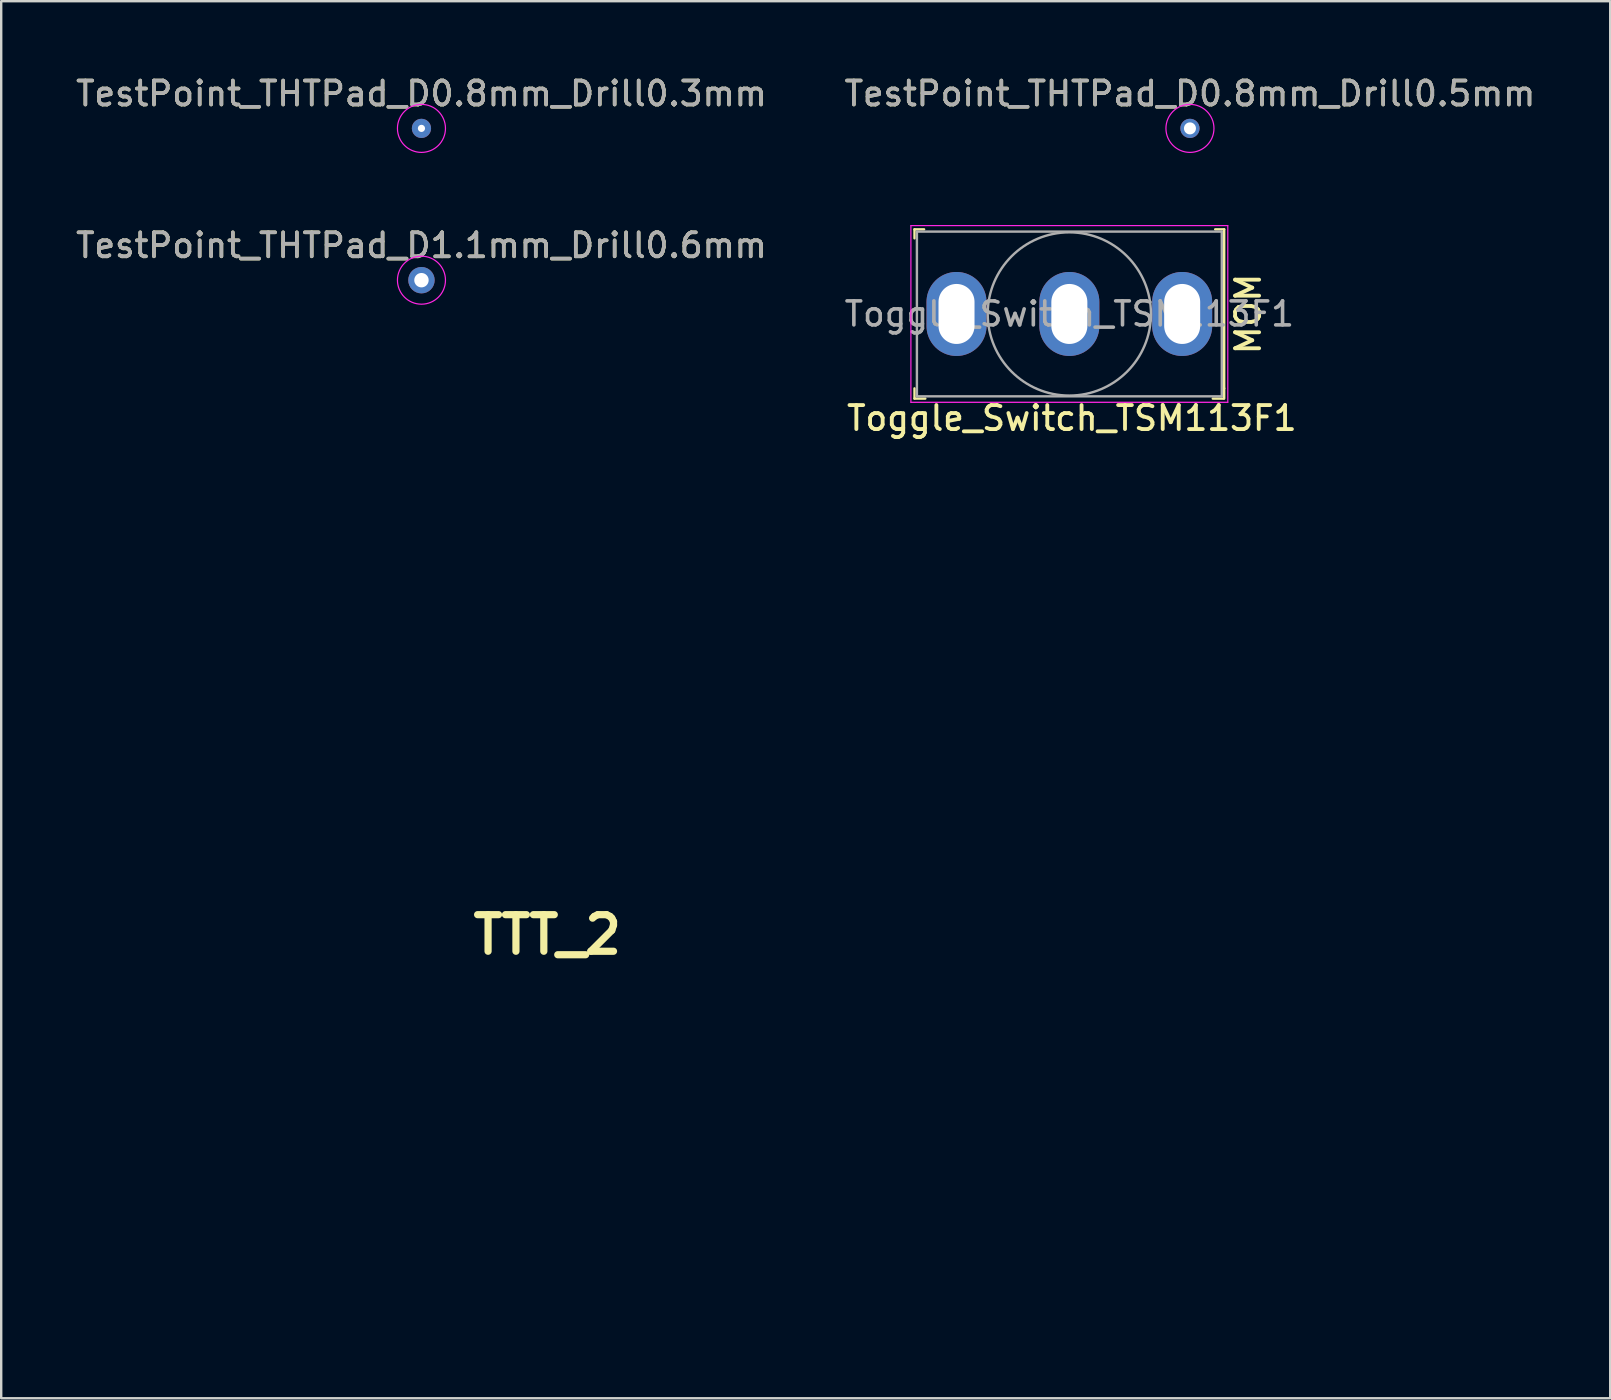
<source format=kicad_pcb>
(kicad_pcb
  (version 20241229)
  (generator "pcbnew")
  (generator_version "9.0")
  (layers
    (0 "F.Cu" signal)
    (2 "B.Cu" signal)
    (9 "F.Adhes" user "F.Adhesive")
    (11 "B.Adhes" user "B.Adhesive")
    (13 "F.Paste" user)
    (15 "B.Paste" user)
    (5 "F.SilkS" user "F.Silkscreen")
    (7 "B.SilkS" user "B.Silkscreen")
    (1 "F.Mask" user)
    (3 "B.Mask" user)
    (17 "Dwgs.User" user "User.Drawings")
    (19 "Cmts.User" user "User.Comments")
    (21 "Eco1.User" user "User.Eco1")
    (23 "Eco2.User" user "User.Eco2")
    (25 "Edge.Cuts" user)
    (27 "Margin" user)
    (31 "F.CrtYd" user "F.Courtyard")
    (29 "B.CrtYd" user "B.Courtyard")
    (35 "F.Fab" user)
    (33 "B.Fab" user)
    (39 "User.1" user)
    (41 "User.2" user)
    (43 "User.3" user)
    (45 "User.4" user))
  (footprint "TestPoint_THTPad_D0.8mm_Drill0.5mm"
    (layer "F.Cu")
    (at 46.518 2.298)
    (property "Reference" "TestPoint_THTPad_D0.8mm_Drill0.5mm" (at 0 -1.448 0) (layer "F.SilkS") (effects (font (size 1 1) (thickness 0.15))))
    (attr exclude_from_pos_files exclude_from_bom)
    (fp_circle (center 0 0) (end 1 0) (stroke (width 0.05) (type solid)) (fill no) (layer "F.CrtYd"))
    (fp_text user "${REFERENCE}" (at 0 -1.45 0) (layer "F.Fab") (effects (font (size 1 1) (thickness 0.15))))
    (pad "1" thru_hole circle (at 0 0) (size 0.8 0.8) (drill 0.5) (layers "*.Cu" "*.Mask")))
  (footprint "TestPoint_THTPad_D0.8mm_Drill0.3mm"
    (layer "F.Cu")
    (at 14.506 2.298)
    (property "Reference" "TestPoint_THTPad_D0.8mm_Drill0.3mm" (at 0 -1.448 0) (layer "F.SilkS") (effects (font (size 1 1) (thickness 0.15))))
    (attr exclude_from_pos_files exclude_from_bom)
    (fp_circle (center 0 0) (end 1 0) (stroke (width 0.05) (type solid)) (fill no) (layer "F.CrtYd"))
    (fp_text user "${REFERENCE}" (at 0 -1.45 0) (layer "F.Fab") (effects (font (size 1 1) (thickness 0.15))))
    (pad "1" thru_hole circle (at 0 0) (size 0.8 0.8) (drill 0.3) (layers "*.Cu" "*.Mask")))
  (footprint "TTT_2"
    (layer "F.Cu")
    (at 19.748 35.885)
    (property "Reference" "TTT_2" (at 0 0 0) (layer "F.SilkS") (effects (font (size 1.524 1.524) (thickness 0.3))))
    (attr through_hole)
    (fp_poly (pts (xy 12.663 -16.911) (xy 12.749 -16.292) (xy 12.849 -15.331) (xy 12.945 -14.218) (xy 12.958 -14.037) (xy 13.055 -12.812) (xy 13.164 -11.608) (xy 13.261 -10.672) (xy 13.267 -10.627) (xy 13.419 -9.356) (xy 16.402 -7.31) (xy 17.515 -6.543) (xy 18.474 -5.878) (xy 19.188 -5.376) (xy 19.571 -5.099) (xy 19.603 -5.074) (xy 19.504 -4.826) (xy 19.171 -4.17) (xy 18.635 -3.164) (xy 17.928 -1.862) (xy 17.081 -0.323) (xy 16.126 1.399) (xy 15.095 3.247) (xy 14.02 5.164) (xy 12.931 7.094) (xy 11.862 8.982) (xy 10.843 10.769) (xy 9.907 12.401) (xy 9.084 13.821) (xy 8.407 14.973) (xy 7.907 15.8) (xy 7.616 16.246) (xy 7.584 16.286) (xy 7.323 16.216) (xy 6.664 15.951) (xy 5.694 15.527) (xy 4.497 14.981) (xy 3.77 14.64) (xy 0.051 12.884) (xy -3.592 14.597) (xy -4.875 15.194) (xy -5.986 15.7) (xy -6.837 16.076) (xy -7.337 16.28) (xy -7.427 16.306) (xy -7.621 16.085) (xy -8.027 15.479) (xy -8.596 14.568) (xy -9.277 13.431) (xy -9.666 12.763) (xy -11.668 9.3) (xy -12.965 7.054) (xy -11.229 7.054) (xy -11.088 7.547) (xy -10.711 8.349) (xy -10.175 9.332) (xy -9.552 10.37) (xy -8.918 11.335) (xy -8.345 12.099) (xy -8.2 12.266) (xy -7.348 12.956) (xy -6.321 13.451) (xy -5.463 13.625) (xy -4.902 13.557) (xy -4.058 13.37) (xy -3.457 13.205) (xy -2.427 12.86) (xy -1.433 12.466) (xy -1.024 12.275) (xy -0.468 12.01) (xy -0.04 11.92) (xy 0.446 12.017) (xy 1.177 12.315) (xy 1.477 12.447) (xy 3.226 13.126) (xy 4.704 13.46) (xy 5.979 13.42) (xy 7.118 12.979) (xy 8.19 12.109) (xy 9.263 10.781) (xy 10.403 8.97) (xy 10.532 8.746) (xy 10.93 7.926) (xy 11.157 7.207) (xy 11.18 6.9) (xy 11.006 6.599) (xy 10.528 6.176) (xy 9.705 5.599) (xy 8.493 4.838) (xy 6.848 3.865) (xy 6.818 3.847) (xy 5.454 3.059) (xy 4.247 2.373) (xy 3.275 1.831) (xy 2.613 1.475) (xy 2.339 1.349) (xy 2.26 1.593) (xy 2.196 2.267) (xy 2.153 3.264) (xy 2.139 4.37) (xy 2.152 5.868) (xy 2.241 6.918) (xy 2.479 7.608) (xy 2.938 8.024) (xy 3.693 8.256) (xy 4.815 8.388) (xy 5.553 8.446) (xy 6.723 8.547) (xy 7.457 8.652) (xy 7.851 8.789) (xy 8.004 8.984) (xy 8.021 9.129) (xy 7.997 9.273) (xy 7.886 9.387) (xy 7.631 9.473) (xy 7.174 9.535) (xy 6.457 9.578) (xy 5.423 9.604) (xy 4.015 9.619) (xy 2.175 9.624) (xy 0.401 9.625) (xy -1.817 9.624) (xy -3.558 9.616) (xy -4.879 9.6) (xy -5.838 9.57) (xy -6.493 9.523) (xy -6.9 9.456) (xy -7.119 9.364) (xy -7.206 9.244) (xy -7.219 9.13) (xy -7.154 8.883) (xy -6.893 8.714) (xy -6.335 8.595) (xy -5.38 8.495) (xy -4.922 8.458) (xy -3.587 8.341) (xy -2.627 8.174) (xy -1.983 7.876) (xy -1.597 7.369) (xy -1.409 6.571) (xy -1.36 5.403) (xy -1.39 3.784) (xy -1.393 3.686) (xy -1.471 0.822) (xy -6.35 3.643) (xy -8.024 4.62) (xy -9.282 5.378) (xy -10.178 5.956) (xy -10.764 6.391) (xy -11.094 6.719) (xy -11.222 6.979) (xy -11.229 7.054) (xy -12.965 7.054) (xy -13.414 6.275) (xy -14.917 3.668) (xy -16.189 1.454) (xy -17.244 -0.388) (xy -18.095 -1.882) (xy -18.754 -3.05) (xy -19.01 -3.509) (xy -16.716 -3.509) (xy -16.674 -2.904) (xy -16.406 -1.952) (xy -15.962 -0.847) (xy -15.401 0.304) (xy -14.786 1.392) (xy -14.176 2.311) (xy -13.634 2.952) (xy -13.22 3.208) (xy -13.202 3.208) (xy -12.84 3.079) (xy -12.097 2.72) (xy -11.052 2.172) (xy -9.784 1.478) (xy -8.372 0.677) (xy -8.25 0.607) (xy -6.861 -0.202) (xy -5.646 -0.922) (xy -4.676 -1.512) (xy -4.021 -1.928) (xy -3.751 -2.126) (xy -3.748 -2.133) (xy -3.972 -2.345) (xy -4.558 -2.73) (xy -5.39 -3.223) (xy -6.351 -3.761) (xy -7.324 -4.279) (xy -8.191 -4.714) (xy -8.837 -5) (xy -9.116 -5.08) (xy -9.659 -4.895) (xy -10.294 -4.313) (xy -11.058 -3.297) (xy -11.669 -2.339) (xy -12.208 -1.479) (xy -12.574 -1.008) (xy -12.861 -0.852) (xy -13.161 -0.939) (xy -13.326 -1.038) (xy -13.393 -1.226) (xy -13.284 -1.639) (xy -12.975 -2.324) (xy -12.441 -3.331) (xy -11.66 -4.709) (xy -11.036 -5.779) (xy -10.12 -7.348) (xy -9.211 -8.918) (xy -8.376 -10.371) (xy -7.684 -11.588) (xy -7.25 -12.365) (xy -6.691 -13.356) (xy -6.302 -13.945) (xy -6.012 -14.21) (xy -5.751 -14.228) (xy -5.596 -14.161) (xy -5.361 -13.999) (xy -5.285 -13.773) (xy -5.393 -13.376) (xy -5.712 -12.703) (xy -6.149 -11.866) (xy -6.787 -10.568) (xy -7.122 -9.618) (xy -7.167 -8.931) (xy -6.936 -8.424) (xy -6.751 -8.236) (xy -6.366 -7.963) (xy -5.67 -7.519) (xy -4.779 -6.973) (xy -3.807 -6.393) (xy -2.871 -5.847) (xy -2.086 -5.404) (xy -1.567 -5.132) (xy -1.43 -5.08) (xy -1.396 -5.334) (xy -1.374 -6.043) (xy -1.364 -7.126) (xy -1.367 -8.504) (xy -1.383 -10.097) (xy -1.388 -10.438) (xy -1.392 -10.662) (xy 2.139 -10.662) (xy 2.147 -9.085) (xy 2.171 -7.71) (xy 2.207 -6.618) (xy 2.253 -5.893) (xy 2.305 -5.615) (xy 2.308 -5.615) (xy 2.597 -5.74) (xy 3.242 -6.077) (xy 4.137 -6.569) (xy 4.848 -6.972) (xy 6.032 -7.679) (xy 6.792 -8.268) (xy 7.158 -8.854) (xy 7.162 -9.549) (xy 6.834 -10.47) (xy 6.204 -11.73) (xy 6.145 -11.842) (xy 5.634 -12.829) (xy 5.354 -13.452) (xy 5.279 -13.816) (xy 5.383 -14.025) (xy 5.577 -14.15) (xy 5.786 -14.208) (xy 6.016 -14.11) (xy 6.31 -13.799) (xy 6.712 -13.215) (xy 7.267 -12.298) (xy 8.018 -10.989) (xy 8.302 -10.486) (xy 9.196 -8.912) (xy 10.149 -7.254) (xy 11.067 -5.672) (xy 11.856 -4.33) (xy 12.113 -3.898) (xy 12.791 -2.758) (xy 13.219 -1.985) (xy 13.431 -1.49) (xy 13.459 -1.187) (xy 13.334 -0.985) (xy 13.207 -0.883) (xy 12.865 -0.702) (xy 12.593 -0.83) (xy 12.254 -1.347) (xy 12.17 -1.497) (xy 11.542 -2.53) (xy 10.836 -3.531) (xy 10.158 -4.36) (xy 9.614 -4.878) (xy 9.55 -4.921) (xy 9.094 -4.977) (xy 8.333 -4.75) (xy 7.236 -4.226) (xy 5.771 -3.39) (xy 4.707 -2.736) (xy 3.666 -2.084) (xy 5.777 -0.873) (xy 6.997 -0.168) (xy 8.431 0.667) (xy 9.83 1.487) (xy 10.294 1.761) (xy 11.337 2.355) (xy 12.242 2.83) (xy 12.892 3.127) (xy 13.132 3.196) (xy 13.531 2.996) (xy 14.031 2.478) (xy 14.237 2.192) (xy 15.166 0.637) (xy 15.951 -0.965) (xy 16.497 -2.416) (xy 16.59 -2.748) (xy 16.753 -3.614) (xy 16.691 -4.278) (xy 16.433 -4.93) (xy 16.036 -5.541) (xy 15.397 -6.293) (xy 14.63 -7.078) (xy 13.847 -7.788) (xy 13.163 -8.316) (xy 12.688 -8.552) (xy 12.647 -8.556) (xy 12.314 -8.68) (xy 12.281 -8.756) (xy 12.256 -9.111) (xy 12.211 -9.833) (xy 12.162 -10.638) (xy 11.901 -12.382) (xy 11.364 -13.863) (xy 10.594 -14.995) (xy 9.729 -15.649) (xy 8.986 -15.89) (xy 7.928 -16.083) (xy 6.69 -16.223) (xy 5.404 -16.301) (xy 4.208 -16.31) (xy 3.234 -16.242) (xy 2.619 -16.091) (xy 2.536 -16.039) (xy 2.393 -15.833) (xy 2.287 -15.439) (xy 2.214 -14.788) (xy 2.169 -13.81) (xy 2.145 -12.435) (xy 2.139 -10.662) (xy -1.392 -10.662) (xy -1.423 -12.321) (xy -1.468 -13.735) (xy -1.526 -14.749) (xy -1.605 -15.427) (xy -1.709 -15.838) (xy -1.845 -16.046) (xy -1.872 -16.066) (xy -2.383 -16.209) (xy -3.285 -16.277) (xy -4.441 -16.278) (xy -5.712 -16.219) (xy -6.96 -16.107) (xy -8.049 -15.951) (xy -8.841 -15.758) (xy -9.036 -15.676) (xy -9.851 -15.086) (xy -10.493 -14.226) (xy -10.994 -13.026) (xy -11.384 -11.418) (xy -11.632 -9.826) (xy -11.773 -9.041) (xy -11.979 -8.661) (xy -12.322 -8.556) (xy -12.353 -8.556) (xy -12.825 -8.389) (xy -13.537 -7.95) (xy -14.341 -7.333) (xy -14.381 -7.299) (xy -15.629 -6.025) (xy -16.415 -4.746) (xy -16.716 -3.509) (xy -19.01 -3.509) (xy -19.235 -3.915) (xy -19.551 -4.5) (xy -19.714 -4.828) (xy -19.743 -4.921) (xy -19.503 -5.089) (xy -18.902 -5.509) (xy -18.013 -6.129) (xy -16.914 -6.896) (xy -16.144 -7.432) (xy -12.637 -9.877) (xy -12.475 -11.422) (xy -12.376 -12.449) (xy -12.261 -13.754) (xy -12.152 -15.086) (xy -12.135 -15.307) (xy -11.958 -17.646) (xy 12.524 -17.646) (xy 12.663 -16.911)) (stroke (width 0.01) (type solid)) (fill no) (layer "Eco2.User")))
  (footprint "Toggle_Switch_TSM113F1"
    (layer "F.Cu")
    (at 41.494 10.028)
    (property "Reference" "Toggle_Switch_TSM113F1" (at 0.104 4.34 180) (layer "F.SilkS") (effects (font (size 1 1) (thickness 0.16))))
    (attr through_hole)
    (fp_line (start -6.45 -3.525) (end -6.45 -3.15) (stroke (width 0.1) (type solid)) (layer "F.SilkS"))
    (fp_line (start -6.45 -3.525) (end -6.05 -3.525) (stroke (width 0.1) (type solid)) (layer "F.SilkS"))
    (fp_line (start -6.45 3.525) (end -6.45 3.1) (stroke (width 0.1) (type solid)) (layer "F.SilkS"))
    (fp_line (start -6.45 3.525) (end -6 3.525) (stroke (width 0.1) (type solid)) (layer "F.SilkS"))
    (fp_line (start 6.075 -3.525) (end 6.45 -3.525) (stroke (width 0.1) (type solid)) (layer "F.SilkS"))
    (fp_line (start 6.425 3.525) (end 5.975 3.525) (stroke (width 0.1) (type solid)) (layer "F.SilkS"))
    (fp_line (start 6.45 -3.525) (end 6.45 3.1) (stroke (width 0.1) (type solid)) (layer "F.SilkS"))
    (fp_line (start 6.45 3.525) (end 6.45 3.1) (stroke (width 0.1) (type solid)) (layer "F.SilkS"))
    (fp_line (start -6.6 -3.68) (end 6.6 -3.68) (stroke (width 0.05) (type solid)) (layer "F.CrtYd"))
    (fp_line (start -6.6 3.68) (end -6.6 -3.68) (stroke (width 0.05) (type solid)) (layer "F.CrtYd"))
    (fp_line (start 6.6 -3.68) (end 6.6 3.68) (stroke (width 0.05) (type solid)) (layer "F.CrtYd"))
    (fp_line (start 6.6 3.68) (end -6.6 3.68) (stroke (width 0.05) (type solid)) (layer "F.CrtYd"))
    (fp_line (start -6.35 -3.43) (end -6.35 3.43) (stroke (width 0.1) (type solid)) (layer "F.Fab"))
    (fp_line (start -6.35 -3.43) (end 6.35 -3.43) (stroke (width 0.1) (type solid)) (layer "F.Fab"))
    (fp_line (start -6.35 3.43) (end 6.35 3.43) (stroke (width 0.1) (type solid)) (layer "F.Fab"))
    (fp_line (start 6.35 3.43) (end 6.35 -3.43) (stroke (width 0.1) (type solid)) (layer "F.Fab"))
    (fp_circle (center 0 0) (end 0 3.4) (stroke (width 0.1) (type solid)) (fill no) (layer "F.Fab"))
    (fp_text user "MOM" (at 7.45 0 90) (layer "F.SilkS") (effects (font (size 1 1) (thickness 0.16))))
    (fp_text user "${REFERENCE}" (at 0 0 180) (layer "F.Fab") (effects (font (size 1 1) (thickness 0.15))))
    (pad "1" thru_hole oval (at -4.7 0) (size 2.5 3.5) (drill oval 1.5 2.5) (layers "*.Cu" "*.Mask"))
    (pad "2" thru_hole oval (at 0 0) (size 2.5 3.5) (drill oval 1.5 2.5) (layers "*.Cu" "*.Mask"))
    (pad "3" thru_hole oval (at 4.7 0) (size 2.5 3.5) (drill oval 1.5 2.5) (layers "*.Cu" "*.Mask")))
  (footprint "TestPoint_THTPad_D1.1mm_Drill0.6mm"
    (layer "F.Cu")
    (at 14.506 8.621)
    (property "Reference" "TestPoint_THTPad_D1.1mm_Drill0.6mm" (at 0 -1.448 0) (layer "F.SilkS") (effects (font (size 1 1) (thickness 0.15))))
    (attr exclude_from_pos_files exclude_from_bom)
    (fp_circle (center 0 0) (end 1 0) (stroke (width 0.05) (type solid)) (fill no) (layer "F.CrtYd"))
    (fp_text user "${REFERENCE}" (at 0 -1.45 0) (layer "F.Fab") (effects (font (size 1 1) (thickness 0.15))))
    (pad "1" thru_hole circle (at 0 0) (size 1.1 1.1) (drill 0.6) (layers "*.Cu" "*.Mask")))
  (gr_rect
    (start -3 -3)
    (end 64.024 55.196)
    (stroke (width 0.1) (type default))
    (fill no)
    (layer "Edge.Cuts")))
</source>
